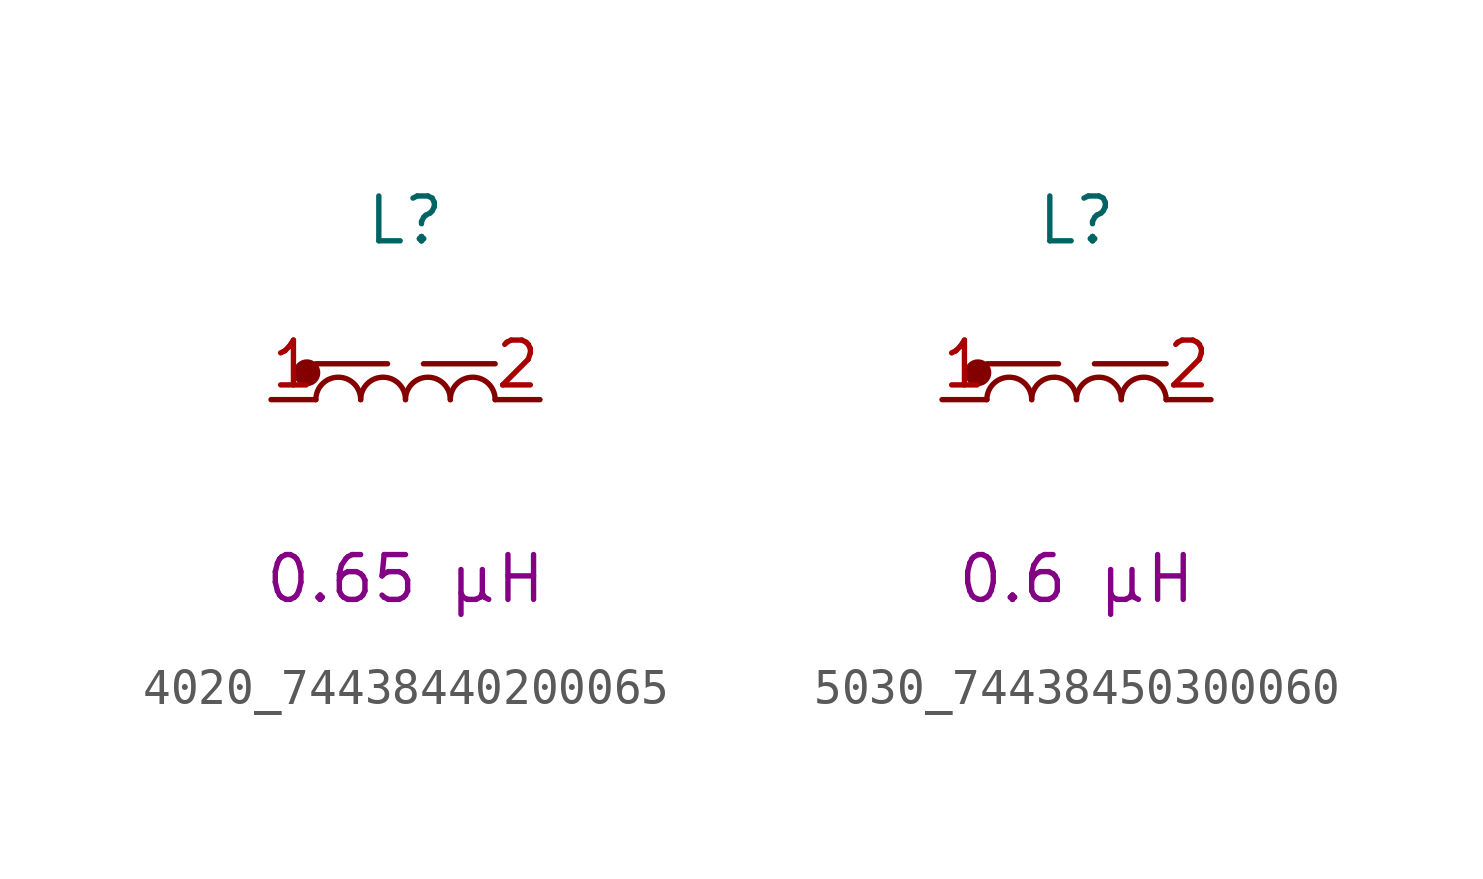
<source format=kicad_sym>
(kicad_symbol_lib
  (version 20220914)
  (generator kicad_symbol_editor)
  (symbol "4020_74438440200065"
    (pin_names hide)
    (property "Reference" "L"
      (at 0 5.08 0)
      (effects (font (size 1.27 1.27))))
    (property "Critical Parameter" "0.65 µH"
      (at 0 -5.08 0)
      (effects (font (size 1.27 1.27))))
    (symbol "4020_74438440200065_0_1"
      (arc (start -1.27 0) (mid -1.905 0.6323) (end -2.54 0) (stroke (width 0) (type default)) (fill (type none)))
      (arc (start 0 0) (mid -0.635 0.6323) (end -1.27 0) (stroke (width 0) (type default)) (fill (type none)))
      (polyline (pts (xy -2.54 1.016) (xy -0.508 1.016)) (stroke (width 0) (type default)) (fill (type none)))
      (arc (start 1.27 0) (mid 0.635 0.6323) (end 0 0) (stroke (width 0) (type default)) (fill (type none)))
      (arc (start 2.54 0) (mid 1.905 0.6323) (end 1.27 0) (stroke (width 0) (type default)) (fill (type none))))
    (symbol "4020_74438440200065_1_1"
      (circle (center -2.794 0.762) (radius 0.0001) (stroke (width 0.381) (type default)) (fill (type none)))
      (polyline (pts (xy 2.54 1.016) (xy 0.508 1.016)) (stroke (width 0) (type default)) (fill (type none)))
      (pin passive line (at -3.81 0 0) (length 1.27) (name "1" (effects (font (size 1.27 1.27)))) (number "1" (effects (font (size 1.27 1.27)))))
      (pin passive line (at 3.81 0 180) (length 1.27) (name "2" (effects (font (size 1.27 1.27)))) (number "2" (effects (font (size 1.27 1.27)))))))
  (symbol "5030_74438450300060"
    (pin_names hide)
    (property "Reference" "L"
      (at 0 5.08 0)
      (effects (font (size 1.27 1.27))))
    (property "Critical Parameter" "0.6 µH"
      (at 0 -5.08 0)
      (effects (font (size 1.27 1.27))))
    (symbol "5030_74438450300060_0_1"
      (arc (start -1.27 0) (mid -1.905 0.6323) (end -2.54 0) (stroke (width 0) (type default)) (fill (type none)))
      (arc (start 0 0) (mid -0.635 0.6323) (end -1.27 0) (stroke (width 0) (type default)) (fill (type none)))
      (polyline (pts (xy -2.54 1.016) (xy -0.508 1.016)) (stroke (width 0) (type default)) (fill (type none)))
      (arc (start 1.27 0) (mid 0.635 0.6323) (end 0 0) (stroke (width 0) (type default)) (fill (type none)))
      (arc (start 2.54 0) (mid 1.905 0.6323) (end 1.27 0) (stroke (width 0) (type default)) (fill (type none))))
    (symbol "5030_74438450300060_1_1"
      (circle (center -2.794 0.762) (radius 0.0001) (stroke (width 0.381) (type default)) (fill (type none)))
      (polyline (pts (xy 2.54 1.016) (xy 0.508 1.016)) (stroke (width 0) (type default)) (fill (type none)))
      (pin passive line (at -3.81 0 0) (length 1.27) (name "1" (effects (font (size 1.27 1.27)))) (number "1" (effects (font (size 1.27 1.27)))))
      (pin passive line (at 3.81 0 180) (length 1.27) (name "2" (effects (font (size 1.27 1.27)))) (number "2" (effects (font (size 1.27 1.27))))))))
</source>
